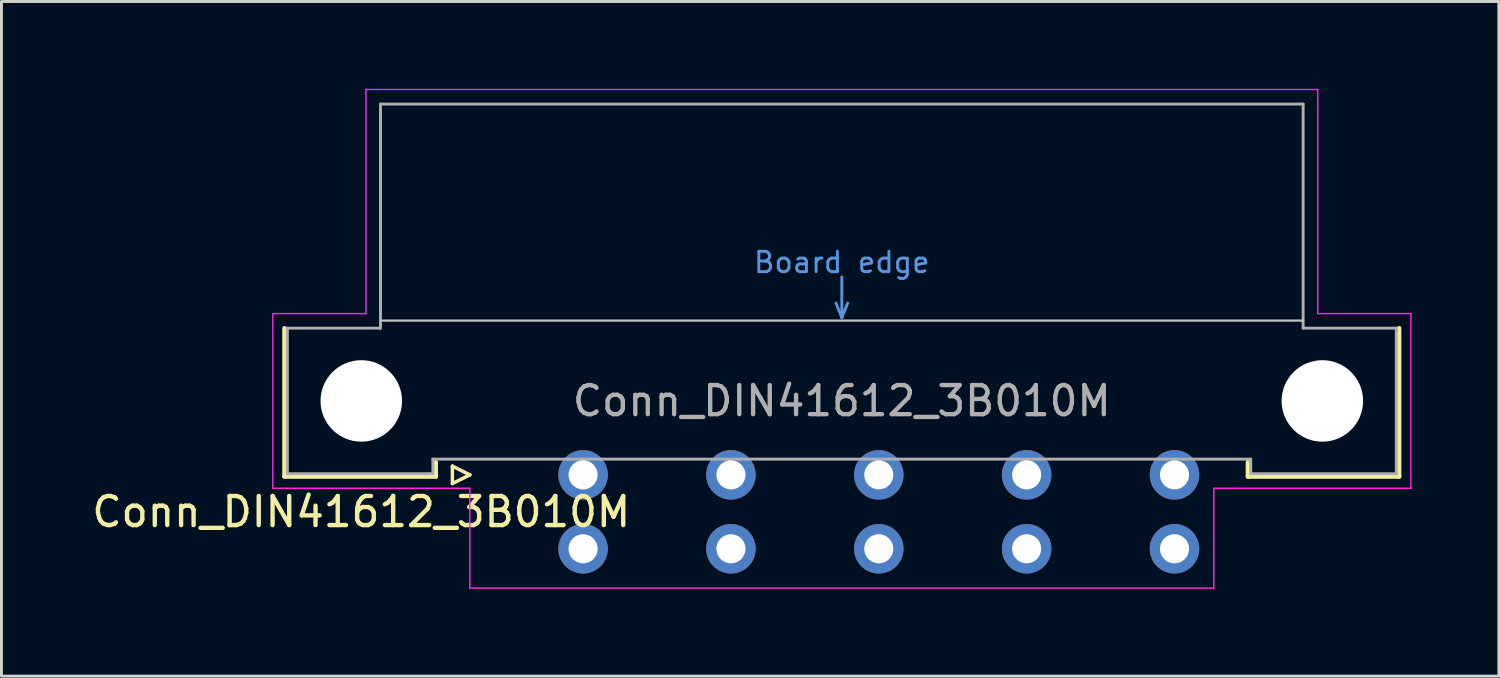
<source format=kicad_pcb>
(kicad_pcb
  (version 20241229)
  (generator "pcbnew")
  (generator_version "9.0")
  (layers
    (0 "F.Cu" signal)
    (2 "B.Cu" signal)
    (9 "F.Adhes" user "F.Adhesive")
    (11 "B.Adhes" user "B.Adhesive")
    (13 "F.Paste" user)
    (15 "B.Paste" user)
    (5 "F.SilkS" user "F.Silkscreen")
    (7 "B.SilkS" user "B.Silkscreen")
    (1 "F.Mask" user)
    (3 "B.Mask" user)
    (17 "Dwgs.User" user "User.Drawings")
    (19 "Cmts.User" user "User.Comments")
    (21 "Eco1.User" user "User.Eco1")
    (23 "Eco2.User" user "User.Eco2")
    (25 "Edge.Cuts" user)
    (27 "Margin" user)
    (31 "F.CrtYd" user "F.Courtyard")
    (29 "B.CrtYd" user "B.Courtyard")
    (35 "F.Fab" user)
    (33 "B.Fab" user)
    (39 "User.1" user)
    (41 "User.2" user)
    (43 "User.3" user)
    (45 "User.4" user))
  (footprint "Conn_DIN41612_3B010M"
    (layer "F.Cu")
    (at 14.443 13.265)
    (property "Reference" "Conn_DIN41612_3B010M" (at -5.08 1.27 0) (layer "F.SilkS") (effects (font (size 1 1) (thickness 0.15))))
    (attr through_hole)
    (fp_line (start -7.72 0.06) (end -7.72 -5.04) (stroke (width 0.15) (type solid)) (layer "F.SilkS"))
    (fp_line (start -2.52 -0.44) (end -2.52 0.06) (stroke (width 0.15) (type solid)) (layer "F.SilkS"))
    (fp_line (start -2.52 0.06) (end -7.72 0.06) (stroke (width 0.15) (type solid)) (layer "F.SilkS"))
    (fp_line (start -1.95 -0.3) (end -1.95 0.3) (stroke (width 0.12) (type solid)) (layer "F.SilkS"))
    (fp_line (start -1.95 0.3) (end -1.35 0) (stroke (width 0.12) (type solid)) (layer "F.SilkS"))
    (fp_line (start -1.35 0) (end -1.95 -0.3) (stroke (width 0.12) (type solid)) (layer "F.SilkS"))
    (fp_line (start 25.38 -0.44) (end 25.38 0.06) (stroke (width 0.15) (type solid)) (layer "F.SilkS"))
    (fp_line (start 25.38 0.06) (end 30.58 0.06) (stroke (width 0.15) (type solid)) (layer "F.SilkS"))
    (fp_line (start 30.58 0.06) (end 30.58 -5.04) (stroke (width 0.15) (type solid)) (layer "F.SilkS"))
    (fp_line (start -4.42 -5.3) (end 27.28 -5.3) (stroke (width 0.08) (type solid)) (layer "Dwgs.User"))
    (fp_line (start 11.23 -5.9) (end 11.43 -5.4) (stroke (width 0.1) (type solid)) (layer "Cmts.User"))
    (fp_line (start 11.43 -6.8) (end 11.43 -5.4) (stroke (width 0.1) (type solid)) (layer "Cmts.User"))
    (fp_line (start 11.43 -5.4) (end 11.63 -5.9) (stroke (width 0.1) (type solid)) (layer "Cmts.User"))
    (fp_line (start -8.12 -5.54) (end -4.92 -5.54) (stroke (width 0.05) (type solid)) (layer "F.CrtYd"))
    (fp_line (start -8.12 0.46) (end -8.12 -5.54) (stroke (width 0.05) (type solid)) (layer "F.CrtYd"))
    (fp_line (start -4.92 -13.24) (end 27.78 -13.24) (stroke (width 0.05) (type solid)) (layer "F.CrtYd"))
    (fp_line (start -4.92 -5.54) (end -4.92 -13.24) (stroke (width 0.05) (type solid)) (layer "F.CrtYd"))
    (fp_line (start -1.35 0.46) (end -8.12 0.46) (stroke (width 0.05) (type solid)) (layer "F.CrtYd"))
    (fp_line (start -1.35 3.89) (end -1.35 0.46) (stroke (width 0.05) (type solid)) (layer "F.CrtYd"))
    (fp_line (start 24.21 0.46) (end 24.21 3.89) (stroke (width 0.05) (type solid)) (layer "F.CrtYd"))
    (fp_line (start 24.21 3.89) (end -1.35 3.89) (stroke (width 0.05) (type solid)) (layer "F.CrtYd"))
    (fp_line (start 24.98 0.46) (end 24.21 0.46) (stroke (width 0.05) (type solid)) (layer "F.CrtYd"))
    (fp_line (start 27.78 -13.24) (end 27.78 -5.54) (stroke (width 0.05) (type solid)) (layer "F.CrtYd"))
    (fp_line (start 27.78 -5.54) (end 30.98 -5.54) (stroke (width 0.05) (type solid)) (layer "F.CrtYd"))
    (fp_line (start 30.98 -5.54) (end 30.98 0.46) (stroke (width 0.05) (type solid)) (layer "F.CrtYd"))
    (fp_line (start 30.98 0.46) (end 24.98 0.46) (stroke (width 0.05) (type solid)) (layer "F.CrtYd"))
    (fp_line (start -7.62 -5.04) (end -4.42 -5.04) (stroke (width 0.1) (type solid)) (layer "F.Fab"))
    (fp_line (start -7.62 -0.04) (end -7.62 -5.04) (stroke (width 0.1) (type solid)) (layer "F.Fab"))
    (fp_line (start -4.42 -12.74) (end 27.28 -12.74) (stroke (width 0.1) (type solid)) (layer "F.Fab"))
    (fp_line (start -4.42 -5.04) (end -4.42 -12.74) (stroke (width 0.1) (type solid)) (layer "F.Fab"))
    (fp_line (start -2.62 -0.54) (end -2.62 -0.04) (stroke (width 0.1) (type solid)) (layer "F.Fab"))
    (fp_line (start -2.62 -0.04) (end -7.62 -0.04) (stroke (width 0.1) (type solid)) (layer "F.Fab"))
    (fp_line (start 25.48 -0.54) (end -2.62 -0.54) (stroke (width 0.1) (type solid)) (layer "F.Fab"))
    (fp_line (start 25.48 -0.04) (end 25.48 -0.54) (stroke (width 0.1) (type solid)) (layer "F.Fab"))
    (fp_line (start 27.28 -12.74) (end 27.28 -5.04) (stroke (width 0.1) (type solid)) (layer "F.Fab"))
    (fp_line (start 27.28 -5.04) (end 30.48 -5.04) (stroke (width 0.1) (type solid)) (layer "F.Fab"))
    (fp_line (start 30.48 -5.04) (end 30.48 -0.04) (stroke (width 0.1) (type solid)) (layer "F.Fab"))
    (fp_line (start 30.48 -0.04) (end 25.48 -0.04) (stroke (width 0.1) (type solid)) (layer "F.Fab"))
    (fp_text user "Board edge" (at 11.43 -7.3 0) (layer "Cmts.User") (effects (font (size 0.7 0.7) (thickness 0.1))))
    (fp_text user "${REFERENCE}" (at 11.43 -2.54 0) (layer "F.Fab") (effects (font (size 1 1) (thickness 0.15))))
    (pad "" np_thru_hole circle (at -5.08 -2.54) (size 2.8 2.8) (drill 2.8) (layers "*.Cu" "*.Mask"))
    (pad "" np_thru_hole circle (at 27.94 -2.54) (size 2.8 2.8) (drill 2.8) (layers "*.Cu" "*.Mask"))
    (pad "A2" thru_hole circle (at 2.54 0) (size 1.7 1.7) (drill 1) (layers "*.Cu" "*.Mask"))
    (pad "A4" thru_hole circle (at 7.62 0) (size 1.7 1.7) (drill 1) (layers "*.Cu" "*.Mask"))
    (pad "A6" thru_hole circle (at 12.7 0) (size 1.7 1.7) (drill 1) (layers "*.Cu" "*.Mask"))
    (pad "A8" thru_hole circle (at 17.78 0) (size 1.7 1.7) (drill 1) (layers "*.Cu" "*.Mask"))
    (pad "A10" thru_hole circle (at 22.86 0) (size 1.7 1.7) (drill 1) (layers "*.Cu" "*.Mask"))
    (pad "B2" thru_hole circle (at 2.54 2.54) (size 1.7 1.7) (drill 1) (layers "*.Cu" "*.Mask"))
    (pad "B4" thru_hole circle (at 7.62 2.54) (size 1.7 1.7) (drill 1) (layers "*.Cu" "*.Mask"))
    (pad "B6" thru_hole circle (at 12.7 2.54) (size 1.7 1.7) (drill 1) (layers "*.Cu" "*.Mask"))
    (pad "B8" thru_hole circle (at 17.78 2.54) (size 1.7 1.7) (drill 1) (layers "*.Cu" "*.Mask"))
    (pad "B10" thru_hole circle (at 22.86 2.54) (size 1.7 1.7) (drill 1) (layers "*.Cu" "*.Mask")))
  (gr_rect
    (start -3 -3)
    (end 48.448 20.18)
    (stroke (width 0.1) (type default))
    (fill no)
    (layer "Edge.Cuts")))
</source>
